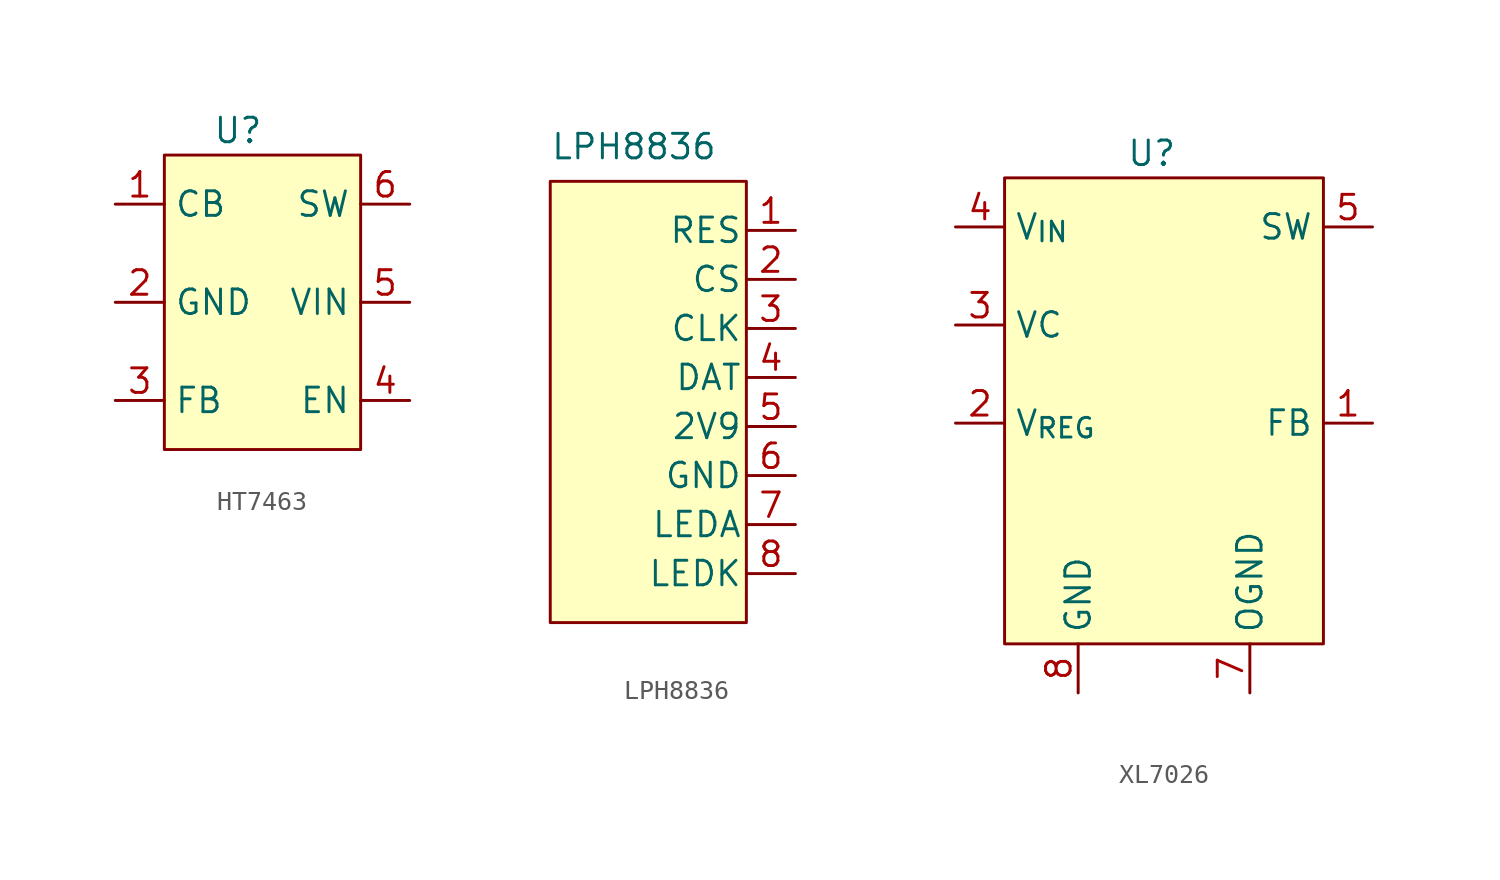
<source format=kicad_sym>
(kicad_symbol_lib
  (version 20220914)
  (generator kicad_symbol_editor)
  (symbol "HT7463"
    (property "Reference" "U"
      (at -1.27 8.89 0)
      (effects (font (size 1.27 1.27))))
    (symbol "HT7463_1_1"
      (rectangle (start -5.08 7.62) (end 5.08 -7.62) (stroke (width 0) (type default)) (fill (type background)))
      (pin input line (at -7.62 5.08 0) (length 2.54) (name "CB" (effects (font (size 1.27 1.27)))) (number "1" (effects (font (size 1.27 1.27)))))
      (pin power_in line (at -7.62 0 0) (length 2.54) (name "GND" (effects (font (size 1.27 1.27)))) (number "2" (effects (font (size 1.27 1.27)))))
      (pin input line (at -7.62 -5.08 0) (length 2.54) (name "FB" (effects (font (size 1.27 1.27)))) (number "3" (effects (font (size 1.27 1.27)))))
      (pin input line (at 7.62 -5.08 180) (length 2.54) (name "EN" (effects (font (size 1.27 1.27)))) (number "4" (effects (font (size 1.27 1.27)))))
      (pin power_in line (at 7.62 0 180) (length 2.54) (name "VIN" (effects (font (size 1.27 1.27)))) (number "5" (effects (font (size 1.27 1.27)))))
      (pin power_out line (at 7.62 5.08 180) (length 2.54) (name "SW" (effects (font (size 1.27 1.27)))) (number "6" (effects (font (size 1.27 1.27)))))))
  (symbol "LPH8836"
    (pin_names
      (offset 0.2))
    (property "Reference" "U"
      (at 3.81 0 0)
      (effects (font (size 1.27 1.27)) hide))
    (property "Value" "LPH8836"
      (at -6.35 1.27 0)
      (effects (font (size 1.27 1.27)) (justify left top)))
    (symbol "LPH8836_0_1"
      (rectangle (start -6.35 -1.27) (end 3.81 -24.13) (stroke (width 0) (type default)) (fill (type background))))
    (symbol "LPH8836_1_1"
      (pin input line (at 6.35 -3.81 180) (length 2.54) (name "RES" (effects (font (size 1.27 1.27)))) (number "1" (effects (font (size 1.27 1.27)))))
      (pin input line (at 6.35 -6.35 180) (length 2.54) (name "CS" (effects (font (size 1.27 1.27)))) (number "2" (effects (font (size 1.27 1.27)))))
      (pin input line (at 6.35 -8.89 180) (length 2.54) (name "CLK" (effects (font (size 1.27 1.27)))) (number "3" (effects (font (size 1.27 1.27)))))
      (pin input line (at 6.35 -11.43 180) (length 2.54) (name "DAT" (effects (font (size 1.27 1.27)))) (number "4" (effects (font (size 1.27 1.27)))))
      (pin power_in line (at 6.35 -13.97 180) (length 2.54) (name "2V9" (effects (font (size 1.27 1.27)))) (number "5" (effects (font (size 1.27 1.27)))))
      (pin power_in line (at 6.35 -16.51 180) (length 2.54) (name "GND" (effects (font (size 1.27 1.27)))) (number "6" (effects (font (size 1.27 1.27)))))
      (pin power_in line (at 6.35 -19.05 180) (length 2.54) (name "LEDA" (effects (font (size 1.27 1.27)))) (number "7" (effects (font (size 1.27 1.27)))))
      (pin power_in line (at 6.35 -21.59 180) (length 2.54) (name "LEDK" (effects (font (size 1.27 1.27)))) (number "8" (effects (font (size 1.27 1.27)))))))
  (symbol "XL7026"
    (property "Reference" "U"
      (at 0 12.7 0)
      (effects (font (size 1.27 1.27))))
    (property "Value" ""
      (at 0 0 0)
      (effects (font (size 1.27 1.27))))
    (symbol "XL7026_0_0"
      (text "" (at 0 0 0) (effects (font (size 1.27 1.27)))))
    (symbol "XL7026_1_1"
      (rectangle (start -7.62 11.43) (end 8.89 -12.7) (stroke (width 0) (type default)) (fill (type background)))
      (pin input line (at 11.43 -1.27 180) (length 2.54) (name "FB" (effects (font (size 1.27 1.27)))) (number "1" (effects (font (size 1.27 1.27)))))
      (pin input line (at -10.16 -1.27 0) (length 2.54) (name "V_{REG}" (effects (font (size 1.27 1.27)))) (number "2" (effects (font (size 1.27 1.27)))))
      (pin input line (at -10.16 3.81 0) (length 2.54) (name "VC" (effects (font (size 1.27 1.27)))) (number "3" (effects (font (size 1.27 1.27)))))
      (pin power_in line (at -10.16 8.89 0) (length 2.54) (name "V_{IN}" (effects (font (size 1.27 1.27)))) (number "4" (effects (font (size 1.27 1.27)))))
      (pin output line (at 11.43 8.89 180) (length 2.54) (name "SW" (effects (font (size 1.27 1.27)))) (number "5" (effects (font (size 1.27 1.27)))))
      (pin output line (at 11.43 8.89 180) (length 2.54) hide (name "SW" (effects (font (size 1.27 1.27)))) (number "6" (effects (font (size 1.27 1.27)))))
      (pin power_in line (at 5.08 -15.24 90) (length 2.54) (name "OGND" (effects (font (size 1.27 1.27)))) (number "7" (effects (font (size 1.27 1.27)))))
      (pin power_in line (at -3.81 -15.24 90) (length 2.54) (name "GND" (effects (font (size 1.27 1.27)))) (number "8" (effects (font (size 1.27 1.27)))))
      (pin output line (at 11.43 8.89 180) (length 2.54) hide (name "SW" (effects (font (size 1.27 1.27)))) (number "9" (effects (font (size 1.27 1.27))))))))
</source>
